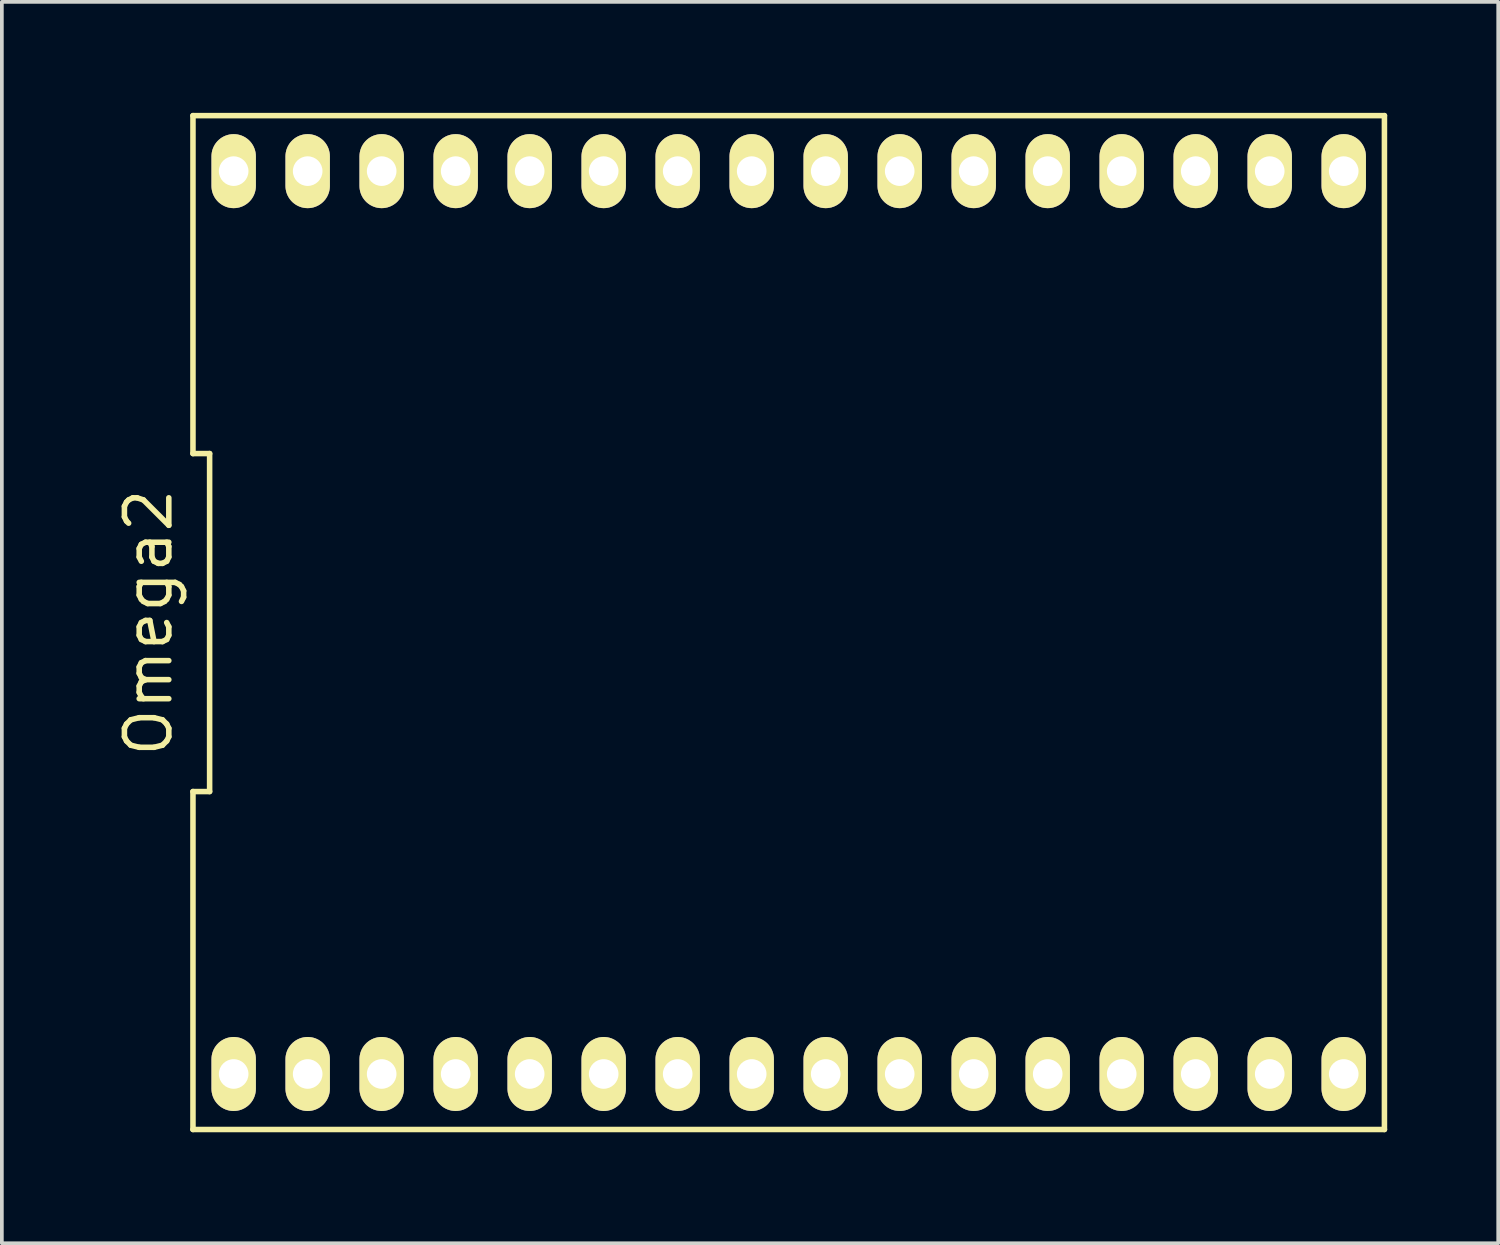
<source format=kicad_pcb>
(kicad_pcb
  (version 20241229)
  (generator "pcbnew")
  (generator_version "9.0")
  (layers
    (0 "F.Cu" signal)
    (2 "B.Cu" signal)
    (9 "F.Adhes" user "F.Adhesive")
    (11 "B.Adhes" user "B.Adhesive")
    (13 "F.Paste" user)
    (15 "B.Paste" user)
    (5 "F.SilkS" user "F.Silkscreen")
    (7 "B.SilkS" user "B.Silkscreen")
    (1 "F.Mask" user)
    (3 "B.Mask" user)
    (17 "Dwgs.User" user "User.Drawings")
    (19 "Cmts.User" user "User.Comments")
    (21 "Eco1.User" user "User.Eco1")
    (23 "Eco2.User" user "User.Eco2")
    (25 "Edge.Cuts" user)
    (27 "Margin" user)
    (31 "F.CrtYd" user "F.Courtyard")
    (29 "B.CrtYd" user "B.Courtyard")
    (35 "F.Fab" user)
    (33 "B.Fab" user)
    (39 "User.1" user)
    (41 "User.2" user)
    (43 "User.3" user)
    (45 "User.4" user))
  (footprint "Omega2"
    (layer "F.Cu")
    (at 18.265 13.775)
    (property "Reference" "Omega2" (at -17.3 0 90) (layer "F.SilkS") (effects (font (size 1.2 1.2) (thickness 0.15))))
    (attr through_hole)
    (fp_line (start -16.1 -13.7) (end -16.1 -4.567) (stroke (width 0.15) (type solid)) (layer "F.SilkS"))
    (fp_line (start -16.1 -4.567) (end -15.65 -4.567) (stroke (width 0.15) (type solid)) (layer "F.SilkS"))
    (fp_line (start -16.1 4.567) (end -16.1 13.7) (stroke (width 0.15) (type solid)) (layer "F.SilkS"))
    (fp_line (start -16.1 13.7) (end 16.1 13.7) (stroke (width 0.15) (type solid)) (layer "F.SilkS"))
    (fp_line (start -15.65 -4.567) (end -15.65 4.567) (stroke (width 0.15) (type solid)) (layer "F.SilkS"))
    (fp_line (start -15.65 4.567) (end -16.1 4.567) (stroke (width 0.15) (type solid)) (layer "F.SilkS"))
    (fp_line (start 16.1 -13.7) (end -16.1 -13.7) (stroke (width 0.15) (type solid)) (layer "F.SilkS"))
    (fp_line (start 16.1 13.7) (end 16.1 -13.7) (stroke (width 0.15) (type solid)) (layer "F.SilkS"))
    (pad "1" thru_hole oval (at -15 12.2) (size 1.2 2) (drill 0.8) (layers "*.Cu" "*.Mask" "F.SilkS"))
    (pad "2" thru_hole oval (at -13 12.2) (size 1.2 2) (drill 0.8) (layers "*.Cu" "*.Mask" "F.SilkS"))
    (pad "3" thru_hole oval (at -11 12.2) (size 1.2 2) (drill 0.8) (layers "*.Cu" "*.Mask" "F.SilkS"))
    (pad "4" thru_hole oval (at -9 12.2) (size 1.2 2) (drill 0.8) (layers "*.Cu" "*.Mask" "F.SilkS"))
    (pad "5" thru_hole oval (at -7 12.2) (size 1.2 2) (drill 0.8) (layers "*.Cu" "*.Mask" "F.SilkS"))
    (pad "6" thru_hole oval (at -5 12.2) (size 1.2 2) (drill 0.8) (layers "*.Cu" "*.Mask" "F.SilkS"))
    (pad "7" thru_hole oval (at -3 12.2) (size 1.2 2) (drill 0.8) (layers "*.Cu" "*.Mask" "F.SilkS"))
    (pad "8" thru_hole oval (at -1 12.2) (size 1.2 2) (drill 0.8) (layers "*.Cu" "*.Mask" "F.SilkS"))
    (pad "9" thru_hole oval (at 1 12.2) (size 1.2 2) (drill 0.8) (layers "*.Cu" "*.Mask" "F.SilkS"))
    (pad "10" thru_hole oval (at 3 12.2) (size 1.2 2) (drill 0.8) (layers "*.Cu" "*.Mask" "F.SilkS"))
    (pad "11" thru_hole oval (at 5 12.2) (size 1.2 2) (drill 0.8) (layers "*.Cu" "*.Mask" "F.SilkS"))
    (pad "12" thru_hole oval (at 7 12.2) (size 1.2 2) (drill 0.8) (layers "*.Cu" "*.Mask" "F.SilkS"))
    (pad "13" thru_hole oval (at 9 12.2) (size 1.2 2) (drill 0.8) (layers "*.Cu" "*.Mask" "F.SilkS"))
    (pad "14" thru_hole oval (at 11 12.2) (size 1.2 2) (drill 0.8) (layers "*.Cu" "*.Mask" "F.SilkS"))
    (pad "15" thru_hole oval (at 13 12.2) (size 1.2 2) (drill 0.8) (layers "*.Cu" "*.Mask" "F.SilkS"))
    (pad "16" thru_hole oval (at 15 12.2) (size 1.2 2) (drill 0.8) (layers "*.Cu" "*.Mask" "F.SilkS"))
    (pad "17" thru_hole oval (at 15 -12.2) (size 1.2 2) (drill 0.8) (layers "*.Cu" "*.Mask" "F.SilkS"))
    (pad "18" thru_hole oval (at 13 -12.2) (size 1.2 2) (drill 0.8) (layers "*.Cu" "*.Mask" "F.SilkS"))
    (pad "19" thru_hole oval (at 11 -12.2) (size 1.2 2) (drill 0.8) (layers "*.Cu" "*.Mask" "F.SilkS"))
    (pad "20" thru_hole oval (at 9 -12.2) (size 1.2 2) (drill 0.8) (layers "*.Cu" "*.Mask" "F.SilkS"))
    (pad "21" thru_hole oval (at 7 -12.2) (size 1.2 2) (drill 0.8) (layers "*.Cu" "*.Mask" "F.SilkS"))
    (pad "22" thru_hole oval (at 5 -12.2) (size 1.2 2) (drill 0.8) (layers "*.Cu" "*.Mask" "F.SilkS"))
    (pad "23" thru_hole oval (at 3 -12.2) (size 1.2 2) (drill 0.8) (layers "*.Cu" "*.Mask" "F.SilkS"))
    (pad "24" thru_hole oval (at 1 -12.2) (size 1.2 2) (drill 0.8) (layers "*.Cu" "*.Mask" "F.SilkS"))
    (pad "25" thru_hole oval (at -1 -12.2) (size 1.2 2) (drill 0.8) (layers "*.Cu" "*.Mask" "F.SilkS"))
    (pad "26" thru_hole oval (at -3 -12.2) (size 1.2 2) (drill 0.8) (layers "*.Cu" "*.Mask" "F.SilkS"))
    (pad "27" thru_hole oval (at -5 -12.2) (size 1.2 2) (drill 0.8) (layers "*.Cu" "*.Mask" "F.SilkS"))
    (pad "28" thru_hole oval (at -7 -12.2) (size 1.2 2) (drill 0.8) (layers "*.Cu" "*.Mask" "F.SilkS"))
    (pad "29" thru_hole oval (at -9 -12.2) (size 1.2 2) (drill 0.8) (layers "*.Cu" "*.Mask" "F.SilkS"))
    (pad "30" thru_hole oval (at -11 -12.2) (size 1.2 2) (drill 0.8) (layers "*.Cu" "*.Mask" "F.SilkS"))
    (pad "31" thru_hole oval (at -13 -12.2) (size 1.2 2) (drill 0.8) (layers "*.Cu" "*.Mask" "F.SilkS"))
    (pad "32" thru_hole oval (at -15 -12.2) (size 1.2 2) (drill 0.8) (layers "*.Cu" "*.Mask" "F.SilkS")))
  (gr_rect
    (start -3 -3)
    (end 37.44 30.55)
    (stroke (width 0.1) (type default))
    (fill no)
    (layer "Edge.Cuts")))
</source>
